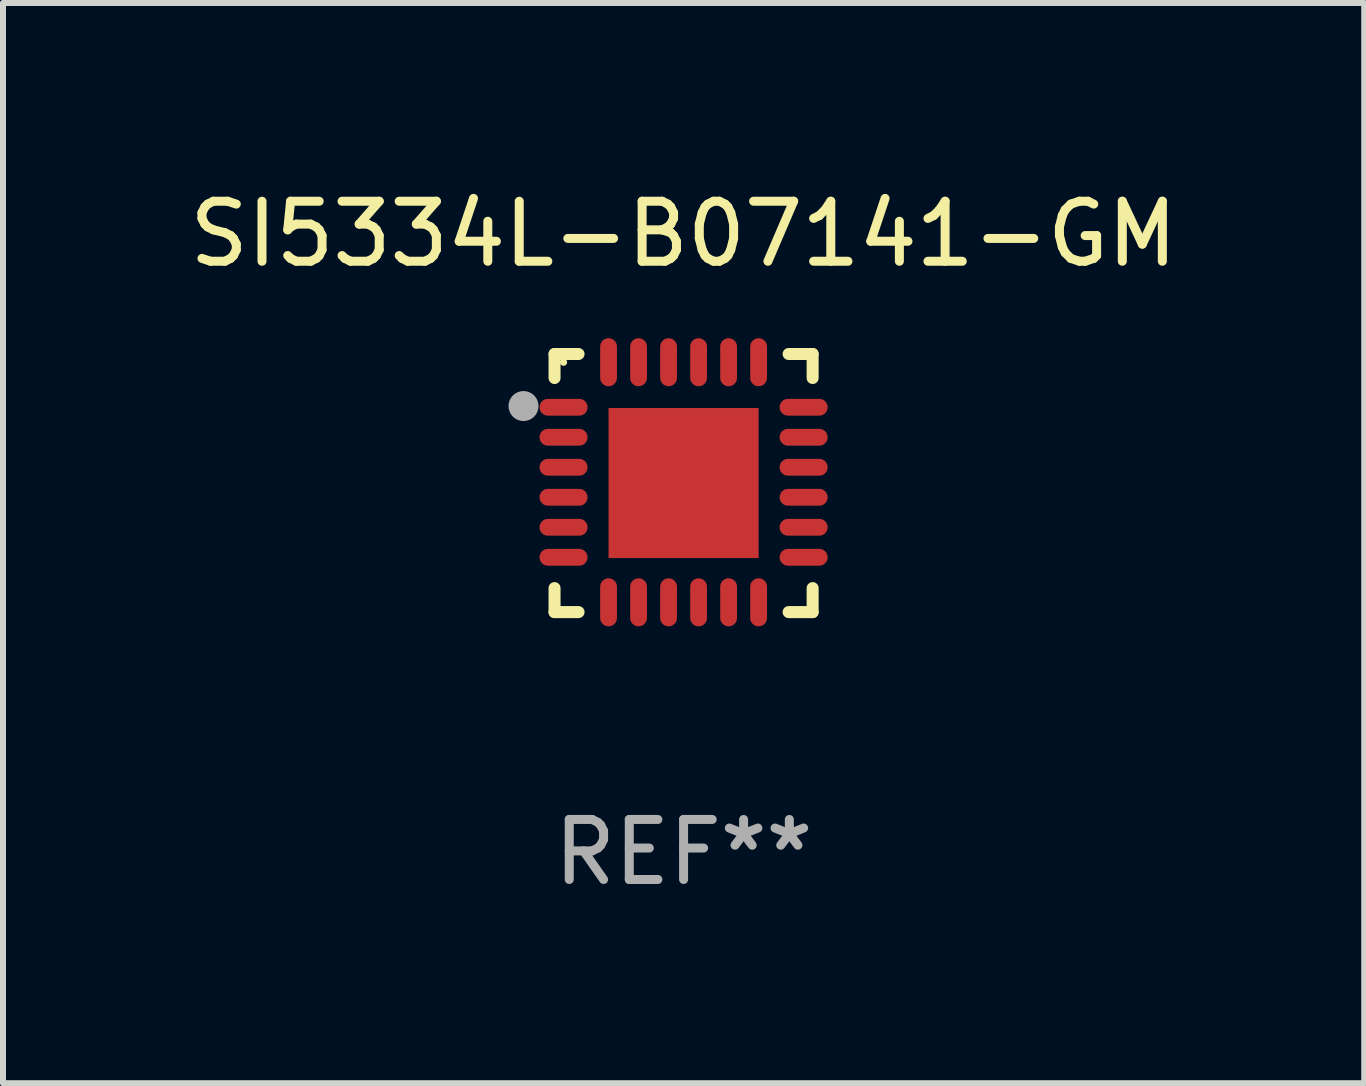
<source format=kicad_pcb>
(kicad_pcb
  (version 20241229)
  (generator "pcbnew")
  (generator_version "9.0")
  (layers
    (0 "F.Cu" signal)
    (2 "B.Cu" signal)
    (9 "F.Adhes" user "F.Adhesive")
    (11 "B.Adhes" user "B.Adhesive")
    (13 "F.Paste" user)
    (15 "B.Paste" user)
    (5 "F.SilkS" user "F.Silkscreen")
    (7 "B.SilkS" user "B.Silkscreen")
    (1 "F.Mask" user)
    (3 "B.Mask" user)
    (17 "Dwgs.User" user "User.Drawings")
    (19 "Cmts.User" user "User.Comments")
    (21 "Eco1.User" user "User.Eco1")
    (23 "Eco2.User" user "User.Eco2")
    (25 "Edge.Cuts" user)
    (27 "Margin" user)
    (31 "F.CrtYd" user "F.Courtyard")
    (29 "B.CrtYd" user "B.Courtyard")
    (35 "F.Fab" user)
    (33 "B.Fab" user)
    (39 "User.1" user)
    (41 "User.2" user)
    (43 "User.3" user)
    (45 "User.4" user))
  (footprint "SI5334L-B07141-GM"
    (layer "F.Cu")
    (at 8.339 4.998)
    (property "Reference" "SI5334L-B07141-GM" (at 0 -4.15 0) (layer "F.SilkS") (effects (font (size 1 1) (thickness 0.15))))
    (attr through_hole)
    (fp_line (start -2.15 -2.15) (end -1.75 -2.15) (stroke (width 0.2) (type solid)) (layer "F.SilkS"))
    (fp_line (start -2.15 -1.75) (end -2.15 -2.15) (stroke (width 0.2) (type solid)) (layer "F.SilkS"))
    (fp_line (start -2.15 2.15) (end -2.15 1.75) (stroke (width 0.2) (type solid)) (layer "F.SilkS"))
    (fp_line (start -1.75 2.15) (end -2.15 2.15) (stroke (width 0.2) (type solid)) (layer "F.SilkS"))
    (fp_line (start 1.75 -2.15) (end 2.15 -2.15) (stroke (width 0.2) (type solid)) (layer "F.SilkS"))
    (fp_line (start 1.75 2.15) (end 2.15 2.15) (stroke (width 0.2) (type solid)) (layer "F.SilkS"))
    (fp_line (start 2.15 -2.15) (end 2.15 -1.75) (stroke (width 0.2) (type solid)) (layer "F.SilkS"))
    (fp_line (start 2.15 2.15) (end 2.15 1.75) (stroke (width 0.2) (type solid)) (layer "F.SilkS"))
    (fp_circle (center -2 -2.013) (end -1.97 -2.013) (stroke (width 0.06) (type solid)) (fill no) (layer "F.SilkS"))
    (fp_circle (center -2.667 -1.283) (end -2.542 -1.283) (stroke (width 0.25) (type solid)) (fill no) (layer "F.Fab"))
    (fp_text user "REF**" (at 0 6.15 0) (layer "F.Fab") (effects (font (size 1 1) (thickness 0.15))))
    (pad "1" smd oval (at -2 -1.263) (size 0.8 0.28) (layers "F.Cu" "F.Mask" "F.Paste"))
    (pad "2" smd oval (at -2 -0.763) (size 0.8 0.28) (layers "F.Cu" "F.Mask" "F.Paste"))
    (pad "3" smd oval (at -2 -0.263) (size 0.8 0.28) (layers "F.Cu" "F.Mask" "F.Paste"))
    (pad "4" smd oval (at -2 0.237) (size 0.8 0.28) (layers "F.Cu" "F.Mask" "F.Paste"))
    (pad "5" smd oval (at -2 0.737) (size 0.8 0.28) (layers "F.Cu" "F.Mask" "F.Paste"))
    (pad "6" smd oval (at -2 1.237) (size 0.8 0.28) (layers "F.Cu" "F.Mask" "F.Paste"))
    (pad "7" smd oval (at -1.25 1.987) (size 0.28 0.8) (layers "F.Cu" "F.Mask" "F.Paste"))
    (pad "8" smd oval (at -0.75 1.987) (size 0.28 0.8) (layers "F.Cu" "F.Mask" "F.Paste"))
    (pad "9" smd oval (at -0.25 1.987) (size 0.28 0.8) (layers "F.Cu" "F.Mask" "F.Paste"))
    (pad "10" smd oval (at 0.25 1.987) (size 0.28 0.8) (layers "F.Cu" "F.Mask" "F.Paste"))
    (pad "11" smd oval (at 0.75 1.987) (size 0.28 0.8) (layers "F.Cu" "F.Mask" "F.Paste"))
    (pad "12" smd oval (at 1.25 1.987) (size 0.28 0.8) (layers "F.Cu" "F.Mask" "F.Paste"))
    (pad "13" smd oval (at 2 1.237) (size 0.8 0.28) (layers "F.Cu" "F.Mask" "F.Paste"))
    (pad "14" smd oval (at 2 0.737) (size 0.8 0.28) (layers "F.Cu" "F.Mask" "F.Paste"))
    (pad "15" smd oval (at 2 0.237) (size 0.8 0.28) (layers "F.Cu" "F.Mask" "F.Paste"))
    (pad "16" smd oval (at 2 -0.263) (size 0.8 0.28) (layers "F.Cu" "F.Mask" "F.Paste"))
    (pad "17" smd oval (at 2 -0.763) (size 0.8 0.28) (layers "F.Cu" "F.Mask" "F.Paste"))
    (pad "18" smd oval (at 2 -1.263) (size 0.8 0.28) (layers "F.Cu" "F.Mask" "F.Paste"))
    (pad "19" smd oval (at 1.25 -2.013) (size 0.28 0.8) (layers "F.Cu" "F.Mask" "F.Paste"))
    (pad "20" smd oval (at 0.75 -2.013) (size 0.28 0.8) (layers "F.Cu" "F.Mask" "F.Paste"))
    (pad "21" smd oval (at 0.25 -2.013) (size 0.28 0.8) (layers "F.Cu" "F.Mask" "F.Paste"))
    (pad "22" smd oval (at -0.25 -2.013) (size 0.28 0.8) (layers "F.Cu" "F.Mask" "F.Paste"))
    (pad "23" smd oval (at -0.75 -2.013) (size 0.28 0.8) (layers "F.Cu" "F.Mask" "F.Paste"))
    (pad "24" smd oval (at -1.25 -2.013) (size 0.28 0.8) (layers "F.Cu" "F.Mask" "F.Paste"))
    (pad "25" smd rect (at -0.000127 -0.00014) (size 2.5 2.5) (layers "F.Cu" "F.Mask" "F.Paste")))
  (gr_rect
    (start -3 -3)
    (end 19.679 14.997)
    (stroke (width 0.1) (type default))
    (fill no)
    (layer "Edge.Cuts")))
</source>
